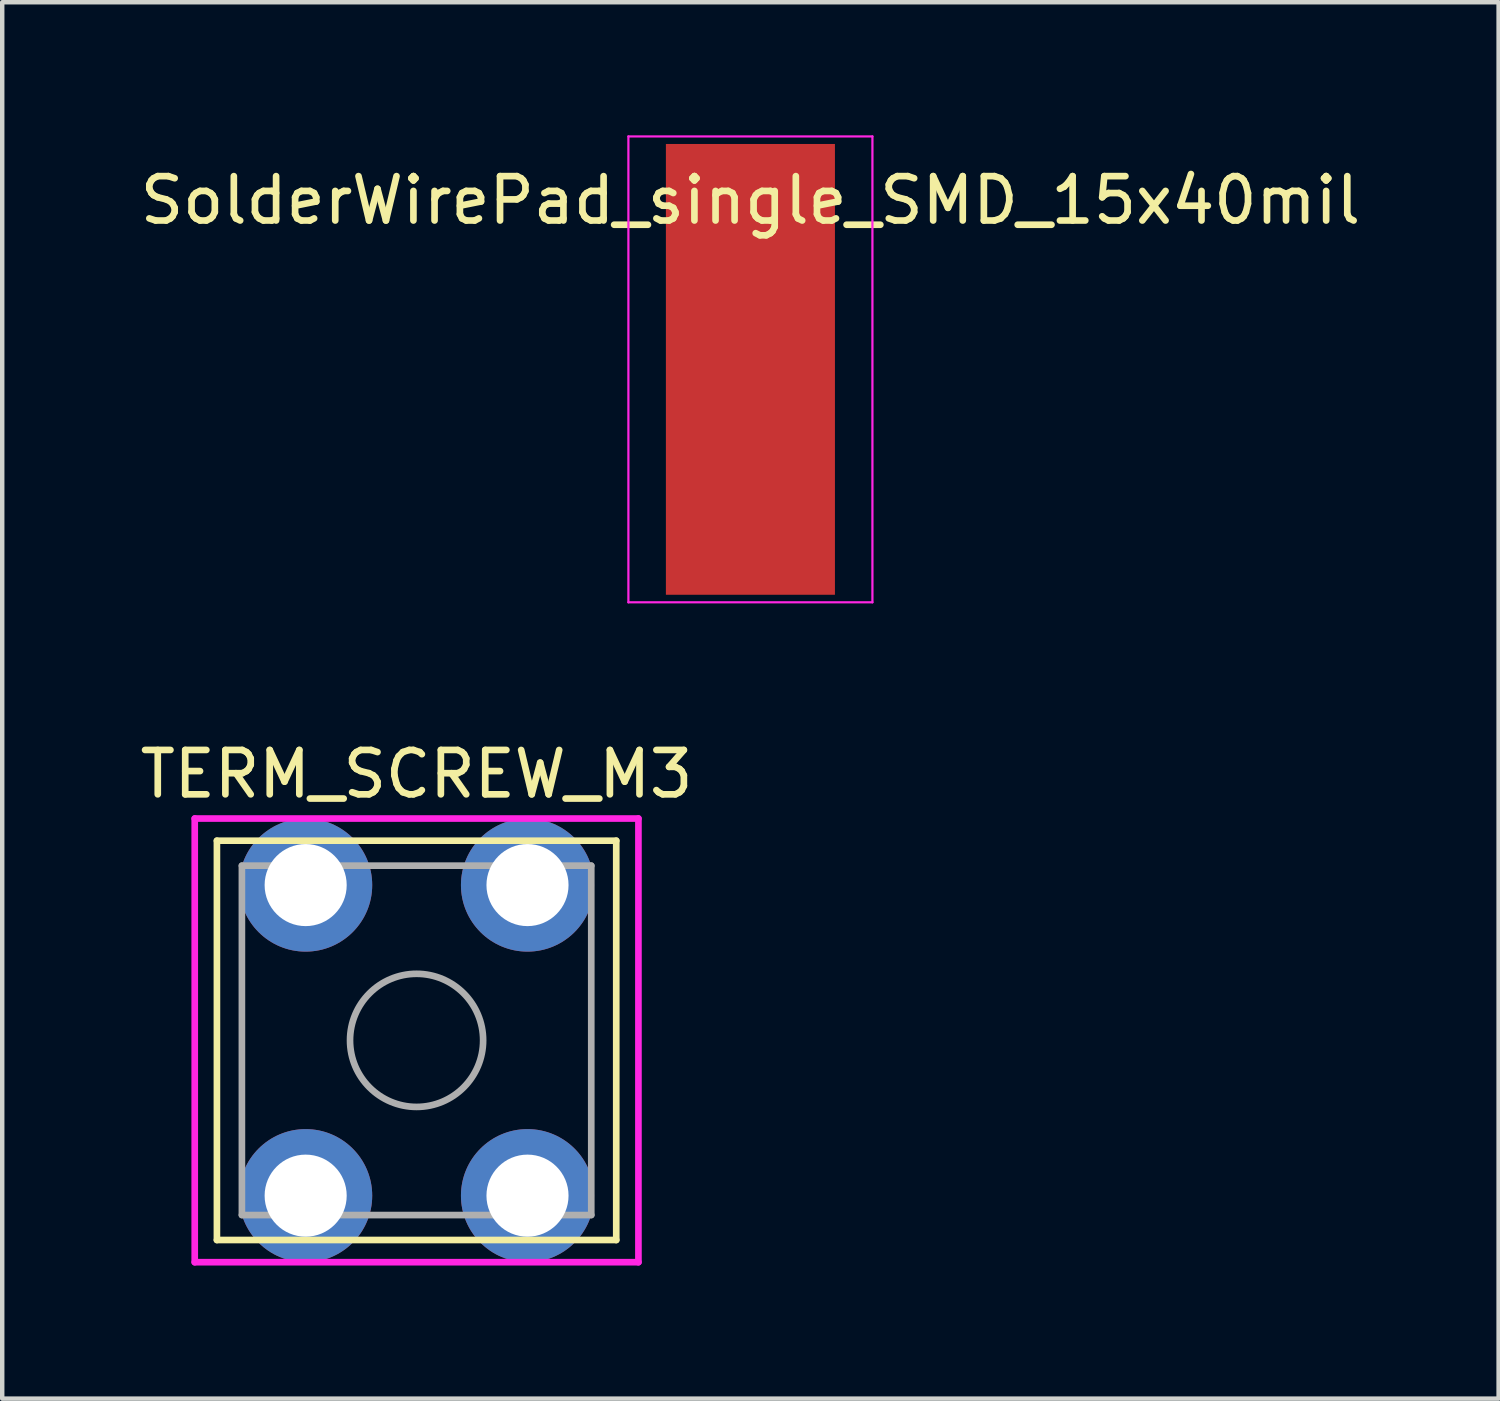
<source format=kicad_pcb>
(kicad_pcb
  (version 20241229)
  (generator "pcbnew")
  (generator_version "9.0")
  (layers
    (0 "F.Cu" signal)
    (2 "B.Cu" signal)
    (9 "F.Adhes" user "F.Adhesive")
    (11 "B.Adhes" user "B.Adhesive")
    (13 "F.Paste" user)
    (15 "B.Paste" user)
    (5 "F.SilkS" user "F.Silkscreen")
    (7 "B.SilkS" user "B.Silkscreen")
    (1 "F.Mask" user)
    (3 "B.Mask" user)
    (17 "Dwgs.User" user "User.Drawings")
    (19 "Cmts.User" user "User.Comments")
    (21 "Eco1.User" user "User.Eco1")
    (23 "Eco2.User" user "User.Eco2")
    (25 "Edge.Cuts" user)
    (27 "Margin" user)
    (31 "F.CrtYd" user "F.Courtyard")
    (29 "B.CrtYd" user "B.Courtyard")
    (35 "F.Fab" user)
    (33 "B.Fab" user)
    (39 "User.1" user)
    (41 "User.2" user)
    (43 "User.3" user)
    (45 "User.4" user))
  (footprint "TERM_SCREW_M3"
    (layer "F.Cu")
    (at 6.339 20.398)
    (property "Reference" "TERM_SCREW_M3" (at 0 -6 0) (layer "F.SilkS") (effects (font (size 1 1) (thickness 0.15))))
    (attr through_hole)
    (fp_line (start -4.5 -4.5) (end 4.5 -4.5) (stroke (width 0.15) (type solid)) (layer "F.SilkS"))
    (fp_line (start -4.5 4.5) (end -4.5 -4.5) (stroke (width 0.15) (type solid)) (layer "F.SilkS"))
    (fp_line (start 4.5 -4.5) (end 4.5 4.5) (stroke (width 0.15) (type solid)) (layer "F.SilkS"))
    (fp_line (start 4.5 4.5) (end -4.5 4.5) (stroke (width 0.15) (type solid)) (layer "F.SilkS"))
    (fp_line (start -5 -5) (end 5 -5) (stroke (width 0.15) (type solid)) (layer "F.CrtYd"))
    (fp_line (start -5 5) (end -5 -5) (stroke (width 0.15) (type solid)) (layer "F.CrtYd"))
    (fp_line (start 5 -5) (end 5 5) (stroke (width 0.15) (type solid)) (layer "F.CrtYd"))
    (fp_line (start 5 5) (end -5 5) (stroke (width 0.15) (type solid)) (layer "F.CrtYd"))
    (fp_line (start -3.937 -3.937) (end -3.937 3.937) (stroke (width 0.15) (type solid)) (layer "F.Fab"))
    (fp_line (start -3.937 3.937) (end 3.937 3.937) (stroke (width 0.15) (type solid)) (layer "F.Fab"))
    (fp_line (start 3.937 -3.937) (end -3.937 -3.937) (stroke (width 0.15) (type solid)) (layer "F.Fab"))
    (fp_line (start 3.937 3.937) (end 3.937 -3.937) (stroke (width 0.15) (type solid)) (layer "F.Fab"))
    (fp_circle (center 0 0) (end 1.5 0) (stroke (width 0.15) (type solid)) (fill no) (layer "F.Fab"))
    (pad "1" thru_hole circle (at -2.5 -3.5) (size 3 3) (drill 1.85) (layers "*.Cu" "*.Mask"))
    (pad "1" thru_hole circle (at -2.5 3.5) (size 3 3) (drill 1.85) (layers "*.Cu" "*.Mask"))
    (pad "1" thru_hole circle (at 2.5 -3.5) (size 3 3) (drill 1.85) (layers "*.Cu" "*.Mask"))
    (pad "1" thru_hole circle (at 2.5 3.5) (size 3 3) (drill 1.85) (layers "*.Cu" "*.Mask")))
  (footprint "SolderWirePad_single_SMD_15x40mil"
    (layer "F.Cu")
    (at 13.863 5.275)
    (property "Reference" "SolderWirePad_single_SMD_15x40mil" (at 0 -3.81 0) (layer "F.SilkS") (effects (font (size 1 1) (thickness 0.15))))
    (attr smd)
    (fp_line (start -2.75 -5.25) (end -2.75 5.25) (stroke (width 0.05) (type solid)) (layer "F.CrtYd"))
    (fp_line (start -2.75 5.25) (end 2.75 5.25) (stroke (width 0.05) (type solid)) (layer "F.CrtYd"))
    (fp_line (start 2.75 -5.25) (end -2.75 -5.25) (stroke (width 0.05) (type solid)) (layer "F.CrtYd"))
    (fp_line (start 2.75 5.25) (end 2.75 -5.25) (stroke (width 0.05) (type solid)) (layer "F.CrtYd"))
    (pad "1" smd rect (at 0 0) (size 3.81 10.16) (layers "F.Cu" "F.Mask" "F.Paste")))
  (gr_rect
    (start -3 -3)
    (end 30.726 28.473)
    (stroke (width 0.1) (type default))
    (fill no)
    (layer "Edge.Cuts")))
</source>
